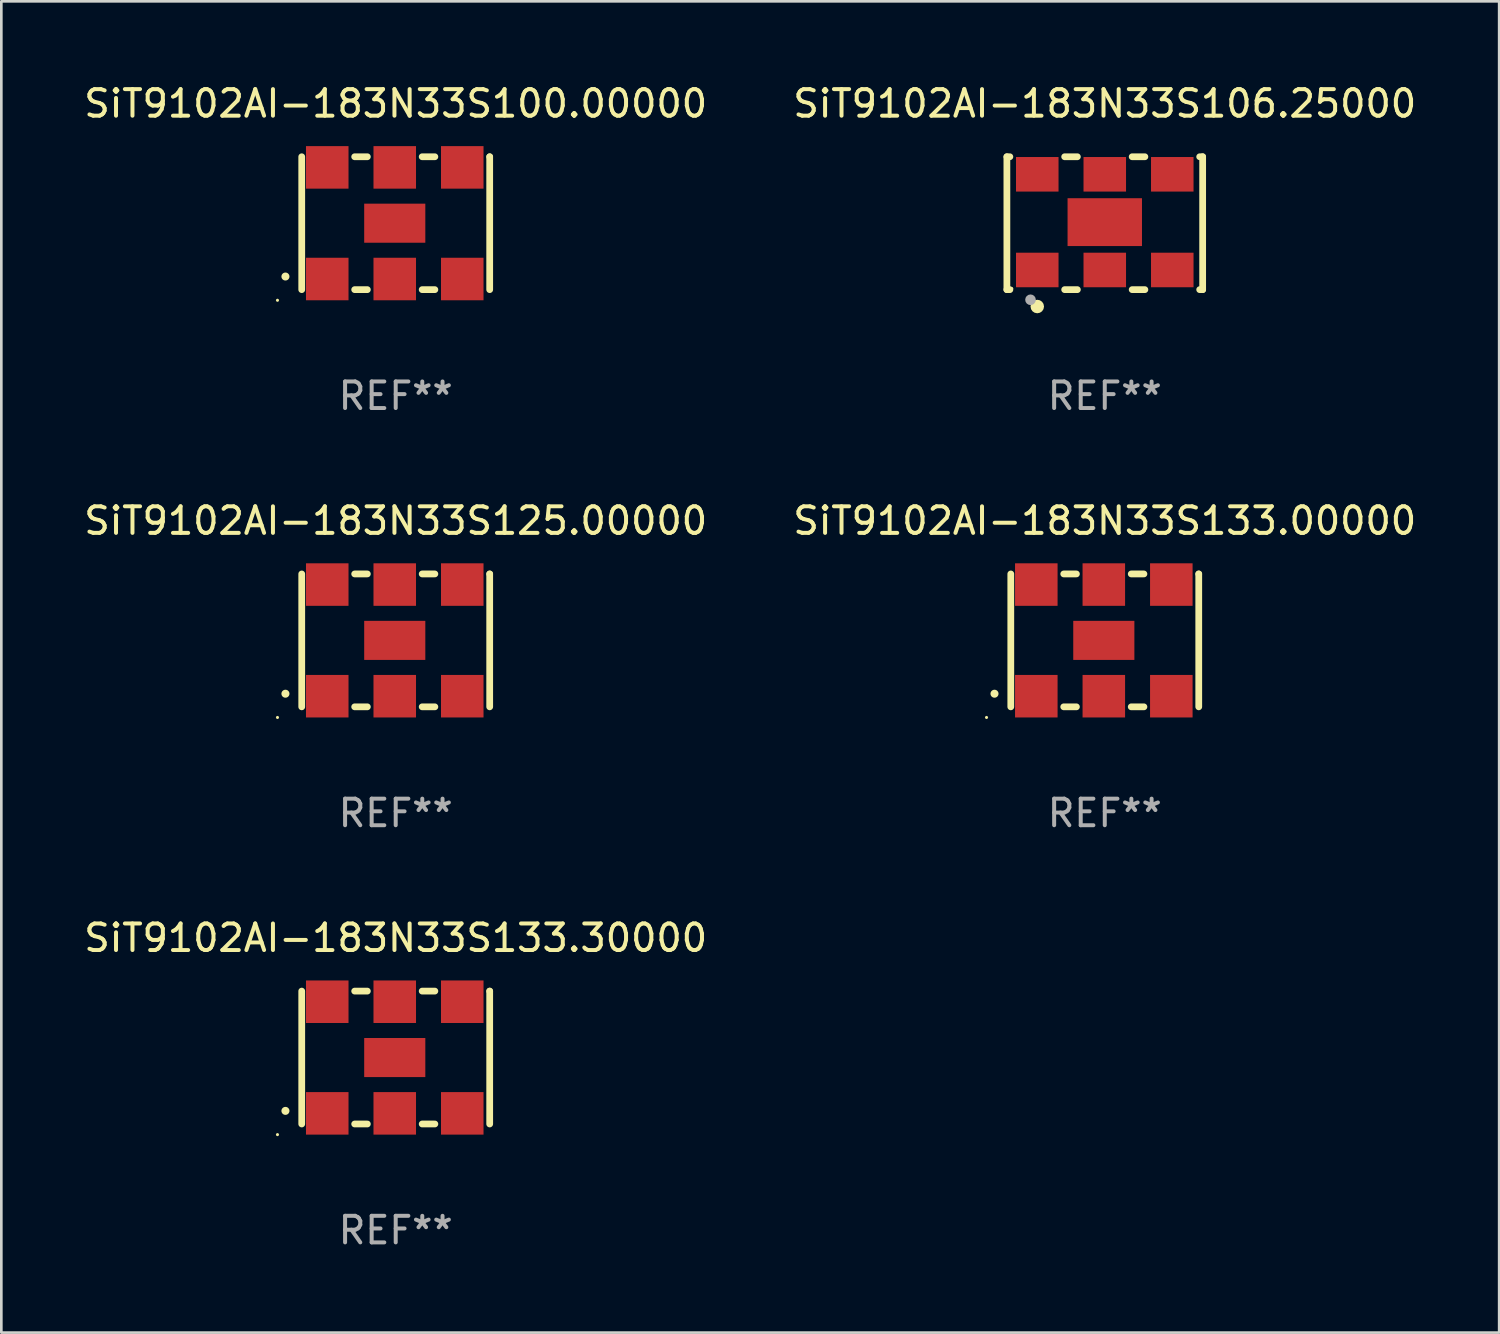
<source format=kicad_pcb>
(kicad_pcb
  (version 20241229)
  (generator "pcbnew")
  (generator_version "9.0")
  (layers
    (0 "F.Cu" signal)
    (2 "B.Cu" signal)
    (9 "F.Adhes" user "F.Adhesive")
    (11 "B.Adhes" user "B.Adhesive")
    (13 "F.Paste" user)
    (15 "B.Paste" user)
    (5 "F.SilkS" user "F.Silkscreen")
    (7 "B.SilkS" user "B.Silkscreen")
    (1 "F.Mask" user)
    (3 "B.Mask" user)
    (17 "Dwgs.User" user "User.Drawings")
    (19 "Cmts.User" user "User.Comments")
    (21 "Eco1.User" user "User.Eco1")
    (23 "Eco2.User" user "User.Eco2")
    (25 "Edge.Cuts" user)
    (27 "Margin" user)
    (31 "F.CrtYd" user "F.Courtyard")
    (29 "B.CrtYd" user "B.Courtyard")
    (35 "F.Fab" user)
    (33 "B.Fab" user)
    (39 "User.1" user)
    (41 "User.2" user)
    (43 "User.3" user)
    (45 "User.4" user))
  (footprint "SiT9102AI-183N33S133.30000"
    (layer "F.Cu")
    (at 11.839 36.741)
    (property "Reference" "SiT9102AI-183N33S133.30000" (at 0 -4.5 0) (layer "F.SilkS") (effects (font (size 1 1) (thickness 0.15))))
    (attr through_hole)
    (fp_line (start -3.536 -2.5) (end -3.536 2.5) (stroke (width 0.254) (type solid)) (layer "F.SilkS"))
    (fp_line (start -1.544 2.5) (end -1.067 2.5) (stroke (width 0.254) (type solid)) (layer "F.SilkS"))
    (fp_line (start -1.067 -2.5) (end -1.544 -2.5) (stroke (width 0.254) (type solid)) (layer "F.SilkS"))
    (fp_line (start 0.996 2.5) (end 1.473 2.5) (stroke (width 0.254) (type solid)) (layer "F.SilkS"))
    (fp_line (start 1.473 -2.5) (end 0.996 -2.5) (stroke (width 0.254) (type solid)) (layer "F.SilkS"))
    (fp_line (start 3.536 -2.5) (end 3.536 -2.5) (stroke (width 0.254) (type solid)) (layer "F.SilkS"))
    (fp_line (start 3.536 2.5) (end 3.536 -2.5) (stroke (width 0.254) (type solid)) (layer "F.SilkS"))
    (fp_arc (start -4.150432 2.006604) (mid -4.149162 2.006599) (end -4.147892 2.006604) (stroke (width 0.3) (type solid)) (layer "F.SilkS"))
    (fp_circle (center -4.449 2.9) (end -4.419 2.9) (stroke (width 0.06) (type solid)) (fill no) (layer "F.SilkS"))
    (fp_text user "REF**" (at 0 6.5 0) (layer "F.Fab") (effects (font (size 1 1) (thickness 0.15))))
    (pad "1" smd rect (at -2.576 2.1) (size 1.6 1.6) (layers "F.Cu" "F.Mask" "F.Paste"))
    (pad "2" smd rect (at -0.036 2.1) (size 1.6 1.6) (layers "F.Cu" "F.Mask" "F.Paste"))
    (pad "3" smd rect (at 2.504 2.1) (size 1.6 1.6) (layers "F.Cu" "F.Mask" "F.Paste"))
    (pad "4" smd rect (at 2.504 -2.1) (size 1.6 1.6) (layers "F.Cu" "F.Mask" "F.Paste"))
    (pad "5" smd rect (at -0.036 -2.1) (size 1.6 1.6) (layers "F.Cu" "F.Mask" "F.Paste"))
    (pad "6" smd rect (at -2.576 -2.1) (size 1.6 1.6) (layers "F.Cu" "F.Mask" "F.Paste"))
    (pad "7" smd rect (at -0.036 0) (size 2.3 1.47) (layers "F.Cu" "F.Mask" "F.Paste")))
  (footprint "SiT9102AI-183N33S100.00000"
    (layer "F.Cu")
    (at 11.839 5.348)
    (property "Reference" "SiT9102AI-183N33S100.00000" (at 0 -4.5 0) (layer "F.SilkS") (effects (font (size 1 1) (thickness 0.15))))
    (attr through_hole)
    (fp_line (start -3.536 -2.5) (end -3.536 2.5) (stroke (width 0.254) (type solid)) (layer "F.SilkS"))
    (fp_line (start -1.544 2.5) (end -1.067 2.5) (stroke (width 0.254) (type solid)) (layer "F.SilkS"))
    (fp_line (start -1.067 -2.5) (end -1.544 -2.5) (stroke (width 0.254) (type solid)) (layer "F.SilkS"))
    (fp_line (start 0.996 2.5) (end 1.473 2.5) (stroke (width 0.254) (type solid)) (layer "F.SilkS"))
    (fp_line (start 1.473 -2.5) (end 0.996 -2.5) (stroke (width 0.254) (type solid)) (layer "F.SilkS"))
    (fp_line (start 3.536 -2.5) (end 3.536 -2.5) (stroke (width 0.254) (type solid)) (layer "F.SilkS"))
    (fp_line (start 3.536 2.5) (end 3.536 -2.5) (stroke (width 0.254) (type solid)) (layer "F.SilkS"))
    (fp_arc (start -4.150432 2.006604) (mid -4.149162 2.006599) (end -4.147892 2.006604) (stroke (width 0.3) (type solid)) (layer "F.SilkS"))
    (fp_circle (center -4.449 2.9) (end -4.419 2.9) (stroke (width 0.06) (type solid)) (fill no) (layer "F.SilkS"))
    (fp_text user "REF**" (at 0 6.5 0) (layer "F.Fab") (effects (font (size 1 1) (thickness 0.15))))
    (pad "1" smd rect (at -2.576 2.1) (size 1.6 1.6) (layers "F.Cu" "F.Mask" "F.Paste"))
    (pad "2" smd rect (at -0.036 2.1) (size 1.6 1.6) (layers "F.Cu" "F.Mask" "F.Paste"))
    (pad "3" smd rect (at 2.504 2.1) (size 1.6 1.6) (layers "F.Cu" "F.Mask" "F.Paste"))
    (pad "4" smd rect (at 2.504 -2.1) (size 1.6 1.6) (layers "F.Cu" "F.Mask" "F.Paste"))
    (pad "5" smd rect (at -0.036 -2.1) (size 1.6 1.6) (layers "F.Cu" "F.Mask" "F.Paste"))
    (pad "6" smd rect (at -2.576 -2.1) (size 1.6 1.6) (layers "F.Cu" "F.Mask" "F.Paste"))
    (pad "7" smd rect (at -0.036 0) (size 2.3 1.47) (layers "F.Cu" "F.Mask" "F.Paste")))
  (footprint "SiT9102AI-183N33S125.00000"
    (layer "F.Cu")
    (at 11.839 21.045)
    (property "Reference" "SiT9102AI-183N33S125.00000" (at 0 -4.5 0) (layer "F.SilkS") (effects (font (size 1 1) (thickness 0.15))))
    (attr through_hole)
    (fp_line (start -3.536 -2.5) (end -3.536 2.5) (stroke (width 0.254) (type solid)) (layer "F.SilkS"))
    (fp_line (start -1.544 2.5) (end -1.067 2.5) (stroke (width 0.254) (type solid)) (layer "F.SilkS"))
    (fp_line (start -1.067 -2.5) (end -1.544 -2.5) (stroke (width 0.254) (type solid)) (layer "F.SilkS"))
    (fp_line (start 0.996 2.5) (end 1.473 2.5) (stroke (width 0.254) (type solid)) (layer "F.SilkS"))
    (fp_line (start 1.473 -2.5) (end 0.996 -2.5) (stroke (width 0.254) (type solid)) (layer "F.SilkS"))
    (fp_line (start 3.536 -2.5) (end 3.536 -2.5) (stroke (width 0.254) (type solid)) (layer "F.SilkS"))
    (fp_line (start 3.536 2.5) (end 3.536 -2.5) (stroke (width 0.254) (type solid)) (layer "F.SilkS"))
    (fp_arc (start -4.150432 2.006604) (mid -4.149162 2.006599) (end -4.147892 2.006604) (stroke (width 0.3) (type solid)) (layer "F.SilkS"))
    (fp_circle (center -4.449 2.9) (end -4.419 2.9) (stroke (width 0.06) (type solid)) (fill no) (layer "F.SilkS"))
    (fp_text user "REF**" (at 0 6.5 0) (layer "F.Fab") (effects (font (size 1 1) (thickness 0.15))))
    (pad "1" smd rect (at -2.576 2.1) (size 1.6 1.6) (layers "F.Cu" "F.Mask" "F.Paste"))
    (pad "2" smd rect (at -0.036 2.1) (size 1.6 1.6) (layers "F.Cu" "F.Mask" "F.Paste"))
    (pad "3" smd rect (at 2.504 2.1) (size 1.6 1.6) (layers "F.Cu" "F.Mask" "F.Paste"))
    (pad "4" smd rect (at 2.504 -2.1) (size 1.6 1.6) (layers "F.Cu" "F.Mask" "F.Paste"))
    (pad "5" smd rect (at -0.036 -2.1) (size 1.6 1.6) (layers "F.Cu" "F.Mask" "F.Paste"))
    (pad "6" smd rect (at -2.576 -2.1) (size 1.6 1.6) (layers "F.Cu" "F.Mask" "F.Paste"))
    (pad "7" smd rect (at -0.036 0) (size 2.3 1.47) (layers "F.Cu" "F.Mask" "F.Paste")))
  (footprint "SiT9102AI-183N33S106.25000"
    (layer "F.Cu")
    (at 38.518 5.348)
    (property "Reference" "SiT9102AI-183N33S106.25000" (at 0 -4.5 0) (layer "F.SilkS") (effects (font (size 1 1) (thickness 0.15))))
    (attr through_hole)
    (fp_line (start -3.683 -2.5) (end -3.571 -2.5) (stroke (width 0.254) (type solid)) (layer "F.SilkS"))
    (fp_line (start -3.683 2.5) (end -3.683 -2.5) (stroke (width 0.254) (type solid)) (layer "F.SilkS"))
    (fp_line (start -3.683 2.5) (end -3.571 2.5) (stroke (width 0.254) (type solid)) (layer "F.SilkS"))
    (fp_line (start -1.509 -2.5) (end -1.031 -2.5) (stroke (width 0.254) (type solid)) (layer "F.SilkS"))
    (fp_line (start -1.509 2.5) (end -1.031 2.5) (stroke (width 0.254) (type solid)) (layer "F.SilkS"))
    (fp_line (start 1.031 -2.5) (end 1.509 -2.5) (stroke (width 0.254) (type solid)) (layer "F.SilkS"))
    (fp_line (start 1.031 2.5) (end 1.509 2.5) (stroke (width 0.254) (type solid)) (layer "F.SilkS"))
    (fp_line (start 3.571 -2.5) (end 3.683 -2.5) (stroke (width 0.254) (type solid)) (layer "F.SilkS"))
    (fp_line (start 3.571 2.5) (end 3.683 2.5) (stroke (width 0.254) (type solid)) (layer "F.SilkS"))
    (fp_line (start 3.683 2.5) (end 3.683 -2.5) (stroke (width 0.254) (type solid)) (layer "F.SilkS"))
    (fp_circle (center -3.5 2.46) (end -3.47 2.46) (stroke (width 0.06) (type solid)) (fill no) (layer "F.SilkS"))
    (fp_circle (center -2.54 3.135) (end -2.413 3.135) (stroke (width 0.254) (type solid)) (fill no) (layer "F.SilkS"))
    (fp_circle (center -2.794 2.881) (end -2.694 2.881) (stroke (width 0.2) (type solid)) (fill no) (layer "F.Fab"))
    (fp_text user "REF**" (at 0 6.5 0) (layer "F.Fab") (effects (font (size 1 1) (thickness 0.15))))
    (pad "1" smd rect (at -2.54 1.76) (size 1.6 1.3) (layers "F.Cu" "F.Mask" "F.Paste"))
    (pad "2" smd rect (at 0 1.76) (size 1.6 1.3) (layers "F.Cu" "F.Mask" "F.Paste"))
    (pad "3" smd rect (at 2.54 1.76) (size 1.6 1.3) (layers "F.Cu" "F.Mask" "F.Paste"))
    (pad "4" smd rect (at 2.54 -1.84) (size 1.6 1.3) (layers "F.Cu" "F.Mask" "F.Paste"))
    (pad "5" smd rect (at 0 -1.84) (size 1.6 1.3) (layers "F.Cu" "F.Mask" "F.Paste"))
    (pad "6" smd rect (at -2.54 -1.84) (size 1.6 1.3) (layers "F.Cu" "F.Mask" "F.Paste"))
    (pad "7" smd rect (at 0 -0.04) (size 2.8 1.8) (layers "F.Cu" "F.Mask" "F.Paste")))
  (footprint "SiT9102AI-183N33S133.00000"
    (layer "F.Cu")
    (at 38.518 21.045)
    (property "Reference" "SiT9102AI-183N33S133.00000" (at 0 -4.5 0) (layer "F.SilkS") (effects (font (size 1 1) (thickness 0.15))))
    (attr through_hole)
    (fp_line (start -3.536 -2.5) (end -3.536 2.5) (stroke (width 0.254) (type solid)) (layer "F.SilkS"))
    (fp_line (start -1.544 2.5) (end -1.067 2.5) (stroke (width 0.254) (type solid)) (layer "F.SilkS"))
    (fp_line (start -1.067 -2.5) (end -1.544 -2.5) (stroke (width 0.254) (type solid)) (layer "F.SilkS"))
    (fp_line (start 0.996 2.5) (end 1.473 2.5) (stroke (width 0.254) (type solid)) (layer "F.SilkS"))
    (fp_line (start 1.473 -2.5) (end 0.996 -2.5) (stroke (width 0.254) (type solid)) (layer "F.SilkS"))
    (fp_line (start 3.536 -2.5) (end 3.536 -2.5) (stroke (width 0.254) (type solid)) (layer "F.SilkS"))
    (fp_line (start 3.536 2.5) (end 3.536 -2.5) (stroke (width 0.254) (type solid)) (layer "F.SilkS"))
    (fp_arc (start -4.150432 2.006604) (mid -4.149162 2.006599) (end -4.147892 2.006604) (stroke (width 0.3) (type solid)) (layer "F.SilkS"))
    (fp_circle (center -4.449 2.9) (end -4.419 2.9) (stroke (width 0.06) (type solid)) (fill no) (layer "F.SilkS"))
    (fp_text user "REF**" (at 0 6.5 0) (layer "F.Fab") (effects (font (size 1 1) (thickness 0.15))))
    (pad "1" smd rect (at -2.576 2.1) (size 1.6 1.6) (layers "F.Cu" "F.Mask" "F.Paste"))
    (pad "2" smd rect (at -0.036 2.1) (size 1.6 1.6) (layers "F.Cu" "F.Mask" "F.Paste"))
    (pad "3" smd rect (at 2.504 2.1) (size 1.6 1.6) (layers "F.Cu" "F.Mask" "F.Paste"))
    (pad "4" smd rect (at 2.504 -2.1) (size 1.6 1.6) (layers "F.Cu" "F.Mask" "F.Paste"))
    (pad "5" smd rect (at -0.036 -2.1) (size 1.6 1.6) (layers "F.Cu" "F.Mask" "F.Paste"))
    (pad "6" smd rect (at -2.576 -2.1) (size 1.6 1.6) (layers "F.Cu" "F.Mask" "F.Paste"))
    (pad "7" smd rect (at -0.036 0) (size 2.3 1.47) (layers "F.Cu" "F.Mask" "F.Paste")))
  (gr_rect
    (start -3 -3)
    (end 53.357 47.09)
    (stroke (width 0.1) (type default))
    (fill no)
    (layer "Edge.Cuts")))
</source>
